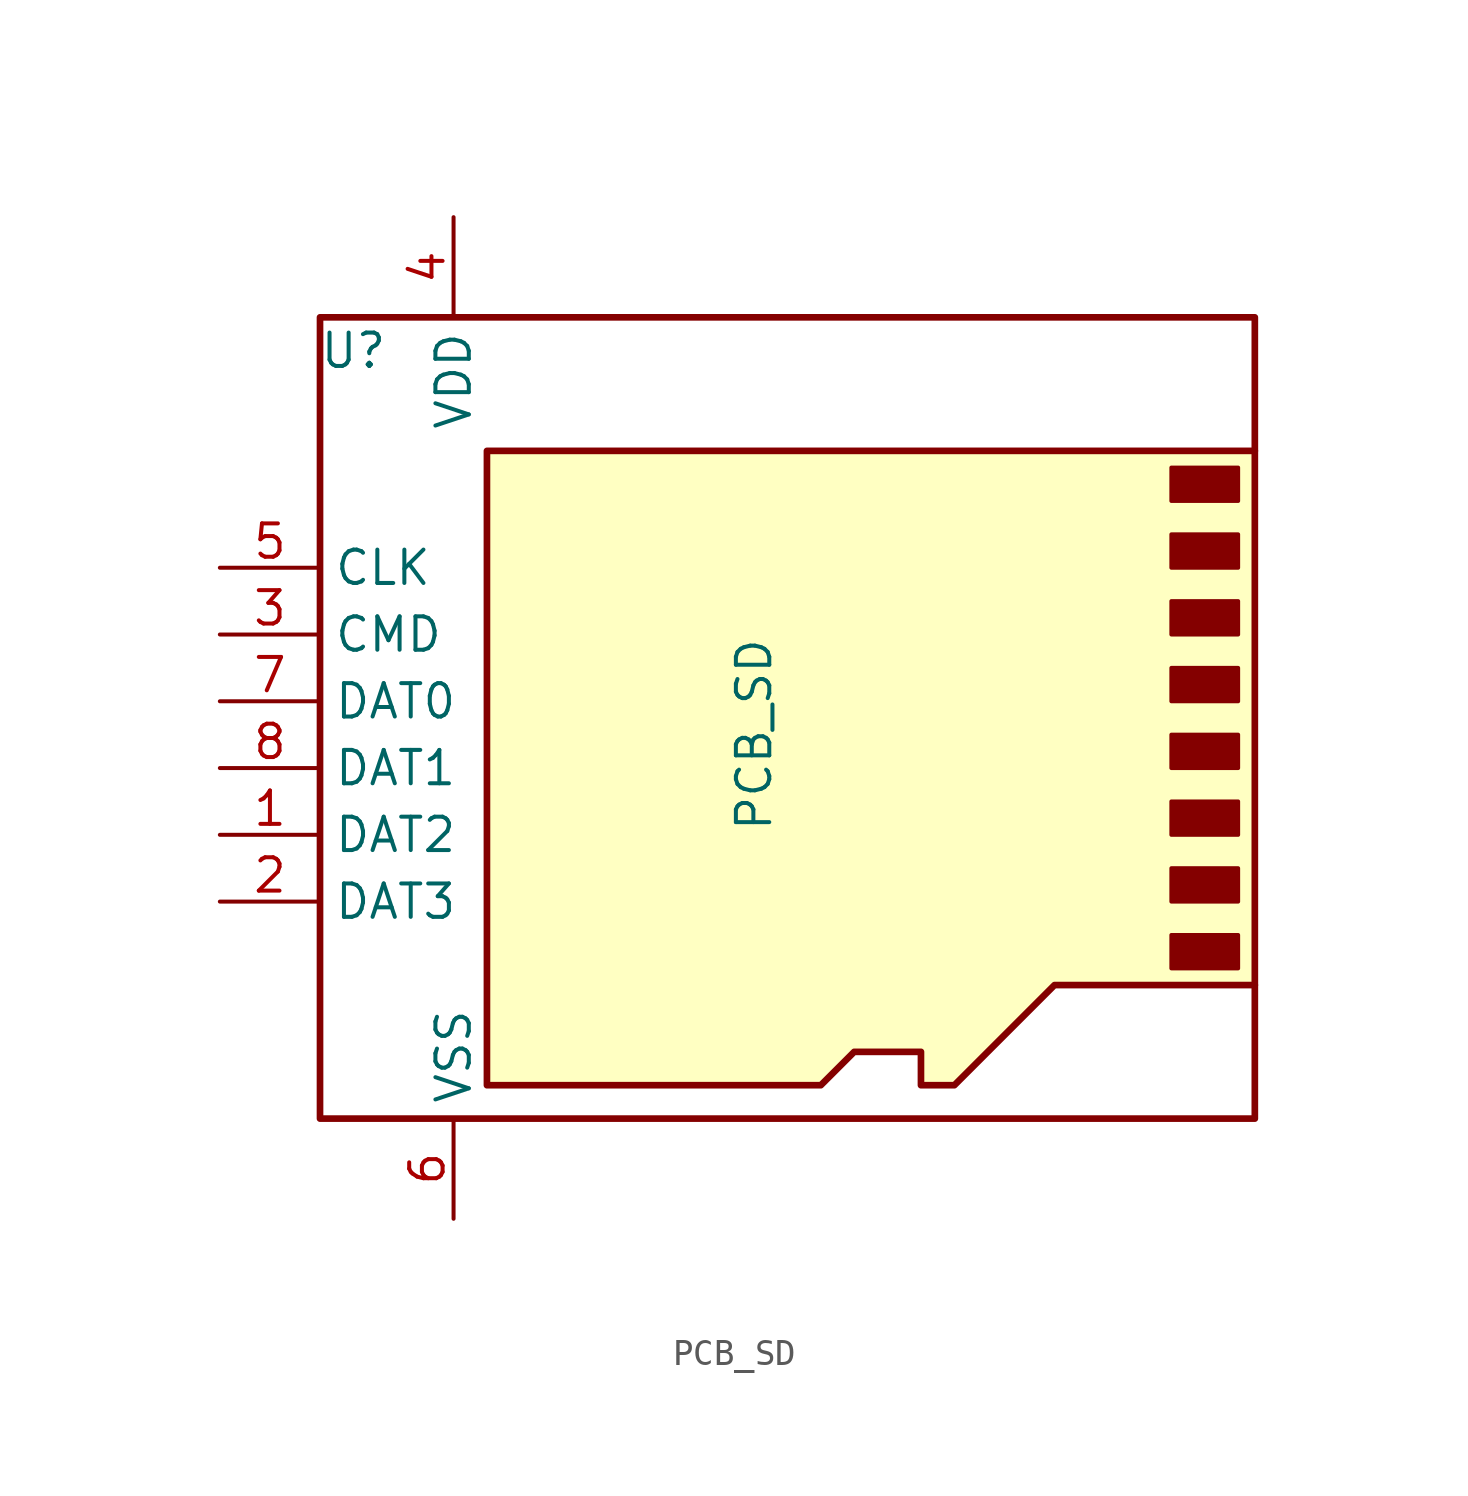
<source format=kicad_sym>
(kicad_symbol_lib
  (version 20211014)
  (generator kicad_symbol_editor)
  (symbol "PCB_SD"
    (property "Reference" "U"
      (at 5.08 8.255 0)
      (effects (font (size 1.27 1.27))))
    (property "Value" "PCB_SD"
      (at 20.32 -6.35 90)
      (effects (font (size 1.27 1.27))))
    (symbol "PCB_SD_0_1"
      (polyline (pts (xy 39.37 4.445) (xy 39.37 9.525) (xy 3.81 9.525) (xy 3.81 -20.955) (xy 39.37 -20.955) (xy 39.37 -15.875)) (stroke (width 0.254) (type default) (color 0 0 0 0)) (fill (type none)))
      (polyline (pts (xy 39.37 4.445) (xy 39.37 -15.875) (xy 31.75 -15.875) (xy 27.94 -19.685) (xy 26.67 -19.685) (xy 26.67 -18.415) (xy 24.13 -18.415) (xy 22.86 -19.685) (xy 10.16 -19.685) (xy 10.16 4.445) (xy 39.37 4.445)) (stroke (width 0.254) (type default) (color 0 0 0 0)) (fill (type background)))
      (rectangle (start 36.195 -13.97) (end 38.735 -15.24) (stroke (width 0) (type default) (color 0 0 0 0)) (fill (type outline)))
      (rectangle (start 36.195 -11.43) (end 38.735 -12.7) (stroke (width 0) (type default) (color 0 0 0 0)) (fill (type outline)))
      (rectangle (start 36.195 -8.89) (end 38.735 -10.16) (stroke (width 0) (type default) (color 0 0 0 0)) (fill (type outline)))
      (rectangle (start 36.195 -6.35) (end 38.735 -7.62) (stroke (width 0) (type default) (color 0 0 0 0)) (fill (type outline)))
      (rectangle (start 36.195 -3.81) (end 38.735 -5.08) (stroke (width 0) (type default) (color 0 0 0 0)) (fill (type outline)))
      (rectangle (start 36.195 -1.27) (end 38.735 -2.54) (stroke (width 0) (type default) (color 0 0 0 0)) (fill (type outline)))
      (rectangle (start 36.195 1.27) (end 38.735 0) (stroke (width 0) (type default) (color 0 0 0 0)) (fill (type outline)))
      (rectangle (start 36.195 3.81) (end 38.735 2.54) (stroke (width 0) (type default) (color 0 0 0 0)) (fill (type outline))))
    (symbol "PCB_SD_1_1"
      (pin bidirectional line (at 0 -10.16 0) (length 3.81) (name "DAT2" (effects (font (size 1.27 1.27)))) (number "1" (effects (font (size 1.27 1.27)))))
      (pin bidirectional line (at 0 -12.7 0) (length 3.81) (name "DAT3" (effects (font (size 1.27 1.27)))) (number "2" (effects (font (size 1.27 1.27)))))
      (pin input line (at 0 -2.54 0) (length 3.81) (name "CMD" (effects (font (size 1.27 1.27)))) (number "3" (effects (font (size 1.27 1.27)))))
      (pin power_in line (at 8.89 13.335 270) (length 3.81) (name "VDD" (effects (font (size 1.27 1.27)))) (number "4" (effects (font (size 1.27 1.27)))))
      (pin input line (at 0 0 0) (length 3.81) (name "CLK" (effects (font (size 1.27 1.27)))) (number "5" (effects (font (size 1.27 1.27)))))
      (pin power_in line (at 8.89 -24.765 90) (length 3.81) (name "VSS" (effects (font (size 1.27 1.27)))) (number "6" (effects (font (size 1.27 1.27)))))
      (pin bidirectional line (at 0 -5.08 0) (length 3.81) (name "DAT0" (effects (font (size 1.27 1.27)))) (number "7" (effects (font (size 1.27 1.27)))))
      (pin bidirectional line (at 0 -7.62 0) (length 3.81) (name "DAT1" (effects (font (size 1.27 1.27)))) (number "8" (effects (font (size 1.27 1.27))))))))
</source>
